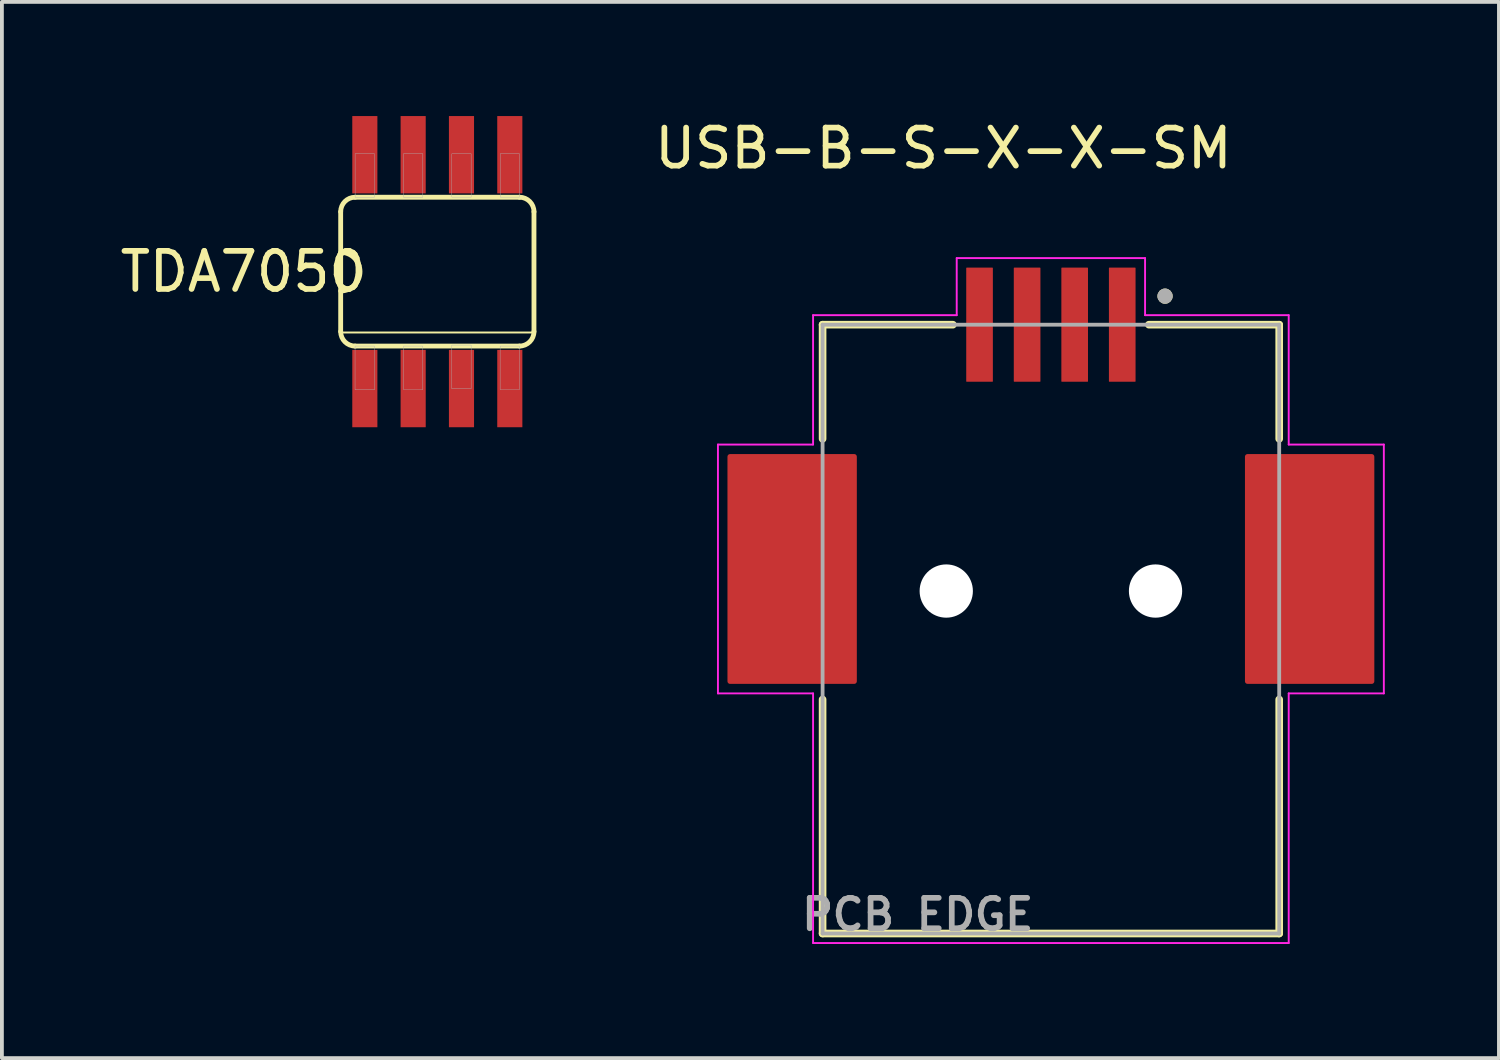
<source format=kicad_pcb>
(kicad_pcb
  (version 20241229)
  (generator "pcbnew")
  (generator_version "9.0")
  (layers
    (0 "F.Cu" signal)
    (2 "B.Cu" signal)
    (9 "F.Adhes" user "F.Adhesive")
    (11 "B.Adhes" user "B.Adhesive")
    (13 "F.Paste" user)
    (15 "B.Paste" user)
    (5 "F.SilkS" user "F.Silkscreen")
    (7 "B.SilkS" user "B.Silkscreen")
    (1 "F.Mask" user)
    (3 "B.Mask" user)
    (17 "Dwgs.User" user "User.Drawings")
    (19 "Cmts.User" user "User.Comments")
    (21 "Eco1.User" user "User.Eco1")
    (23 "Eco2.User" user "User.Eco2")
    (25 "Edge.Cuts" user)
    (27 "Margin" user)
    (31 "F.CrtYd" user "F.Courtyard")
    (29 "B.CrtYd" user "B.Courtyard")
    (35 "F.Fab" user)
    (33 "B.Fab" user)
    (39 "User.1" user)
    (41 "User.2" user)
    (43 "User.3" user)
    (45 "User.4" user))
  (footprint "USB-B-S-X-X-SM"
    (layer "F.Cu")
    (at 24.568 12.483)
    (property "Reference" "USB-B-S-X-X-SM" (at -2.825 -11.635 0) (layer "F.SilkS") (effects (font (size 1 1) (thickness 0.15))))
    (attr smd)
    (fp_line (start -6 -7) (end -2.575 -7) (stroke (width 0.2) (type solid)) (layer "F.SilkS"))
    (fp_line (start -6 -4) (end -6 -7) (stroke (width 0.2) (type solid)) (layer "F.SilkS"))
    (fp_line (start -6 9) (end -6 2.85) (stroke (width 0.2) (type solid)) (layer "F.SilkS"))
    (fp_line (start 2.575 -7) (end 6 -7) (stroke (width 0.2) (type solid)) (layer "F.SilkS"))
    (fp_line (start 6 -7) (end 6 -4) (stroke (width 0.2) (type solid)) (layer "F.SilkS"))
    (fp_line (start 6 2.85) (end 6 9) (stroke (width 0.2) (type solid)) (layer "F.SilkS"))
    (fp_line (start 6 9) (end -6 9) (stroke (width 0.2) (type solid)) (layer "F.SilkS"))
    (fp_circle (center 3 -7.75) (end 3.1 -7.75) (stroke (width 0.2) (type solid)) (fill no) (layer "F.SilkS"))
    (fp_line (start -8.75 -3.85) (end -6.25 -3.85) (stroke (width 0.05) (type solid)) (layer "F.CrtYd"))
    (fp_line (start -8.75 2.69) (end -8.75 -3.85) (stroke (width 0.05) (type solid)) (layer "F.CrtYd"))
    (fp_line (start -6.25 -7.25) (end -2.475 -7.25) (stroke (width 0.05) (type solid)) (layer "F.CrtYd"))
    (fp_line (start -6.25 -3.85) (end -6.25 -7.25) (stroke (width 0.05) (type solid)) (layer "F.CrtYd"))
    (fp_line (start -6.25 2.69) (end -8.75 2.69) (stroke (width 0.05) (type solid)) (layer "F.CrtYd"))
    (fp_line (start -6.25 9.25) (end -6.25 2.69) (stroke (width 0.05) (type solid)) (layer "F.CrtYd"))
    (fp_line (start -2.475 -8.75) (end 2.475 -8.75) (stroke (width 0.05) (type solid)) (layer "F.CrtYd"))
    (fp_line (start -2.475 -7.25) (end -2.475 -8.75) (stroke (width 0.05) (type solid)) (layer "F.CrtYd"))
    (fp_line (start 2.475 -8.75) (end 2.475 -7.25) (stroke (width 0.05) (type solid)) (layer "F.CrtYd"))
    (fp_line (start 2.475 -7.25) (end 6.25 -7.25) (stroke (width 0.05) (type solid)) (layer "F.CrtYd"))
    (fp_line (start 6.25 -7.25) (end 6.25 -3.85) (stroke (width 0.05) (type solid)) (layer "F.CrtYd"))
    (fp_line (start 6.25 -3.85) (end 8.75 -3.85) (stroke (width 0.05) (type solid)) (layer "F.CrtYd"))
    (fp_line (start 6.25 2.69) (end 6.25 9.25) (stroke (width 0.05) (type solid)) (layer "F.CrtYd"))
    (fp_line (start 6.25 9.25) (end -6.25 9.25) (stroke (width 0.05) (type solid)) (layer "F.CrtYd"))
    (fp_line (start 8.75 -3.85) (end 8.75 2.69) (stroke (width 0.05) (type solid)) (layer "F.CrtYd"))
    (fp_line (start 8.75 2.69) (end 6.25 2.69) (stroke (width 0.05) (type solid)) (layer "F.CrtYd"))
    (fp_line (start -6 -7) (end 6 -7) (stroke (width 0.1) (type solid)) (layer "F.Fab"))
    (fp_line (start -6 9) (end -6 -7) (stroke (width 0.1) (type solid)) (layer "F.Fab"))
    (fp_line (start 6 -7) (end 6 9) (stroke (width 0.1) (type solid)) (layer "F.Fab"))
    (fp_line (start 6 9) (end -6 9) (stroke (width 0.1) (type solid)) (layer "F.Fab"))
    (fp_circle (center 3 -7.75) (end 3.1 -7.75) (stroke (width 0.2) (type solid)) (fill no) (layer "F.Fab"))
    (fp_text user "PCB EDGE" (at -3.5 8.5 0) (layer "F.Fab") (effects (font (size 0.8 0.8) (thickness 0.15))))
    (pad "" np_thru_hole circle (at -2.75 0) (size 1.4 1.4) (drill 1.4) (layers "*.Cu" "*.Mask"))
    (pad "" np_thru_hole circle (at 2.75 0) (size 1.4 1.4) (drill 1.4) (layers "*.Cu" "*.Mask"))
    (pad "1" smd roundrect (at 1.875 -7) (size 0.7 3) (layers "F.Cu" "F.Mask" "F.Paste") (roundrect_rratio 0.02))
    (pad "2" smd roundrect (at -0.625 -7) (size 0.7 3) (layers "F.Cu" "F.Mask" "F.Paste") (roundrect_rratio 0.02))
    (pad "3" smd roundrect (at -1.875 -7) (size 0.7 3) (layers "F.Cu" "F.Mask" "F.Paste") (roundrect_rratio 0.02))
    (pad "4" smd roundrect (at 0.625 -7) (size 0.7 3) (layers "F.Cu" "F.Mask" "F.Paste") (roundrect_rratio 0.02))
    (pad "S1" smd roundrect (at -6.8 -0.58) (size 3.4 6.04) (layers "F.Cu" "F.Mask" "F.Paste") (roundrect_rratio 0.02))
    (pad "S2" smd roundrect (at 6.8 -0.58) (size 3.4 6.04) (layers "F.Cu" "F.Mask" "F.Paste") (roundrect_rratio 0.02)))
  (footprint "TDA7050"
    (layer "F.Cu")
    (at 8.443 4.089)
    (property "Reference" "TDA7050" (at -5.1 0 180) (layer "F.SilkS") (effects (font (size 1.001 1.001) (thickness 0.15))))
    (attr smd)
    (fp_line (start -2.54 -1.575) (end -2.54 1.575) (stroke (width 0.127) (type solid)) (layer "F.SilkS"))
    (fp_line (start -2.54 1.6) (end 2.54 1.6) (stroke (width 0.051) (type solid)) (layer "F.SilkS"))
    (fp_line (start -2.159 1.956) (end 2.159 1.956) (stroke (width 0.127) (type solid)) (layer "F.SilkS"))
    (fp_line (start 2.159 -1.956) (end -2.159 -1.956) (stroke (width 0.127) (type solid)) (layer "F.SilkS"))
    (fp_line (start 2.54 1.575) (end 2.54 -1.575) (stroke (width 0.127) (type solid)) (layer "F.SilkS"))
    (fp_arc (start -2.54 -1.5748) (mid -2.428408 -1.844208) (end -2.159 -1.9558) (stroke (width 0.127) (type solid)) (layer "F.SilkS"))
    (fp_arc (start -2.54 -0.508) (mid -2.032 0) (end -2.54 0.508) (stroke (width 0.127) (type solid)) (layer "F.SilkS"))
    (fp_arc (start -2.159 1.9558) (mid -2.428408 1.844208) (end -2.54 1.5748) (stroke (width 0.127) (type solid)) (layer "F.SilkS"))
    (fp_arc (start 2.159 -1.9558) (mid 2.428408 -1.844208) (end 2.54 -1.5748) (stroke (width 0.127) (type solid)) (layer "F.SilkS"))
    (fp_arc (start 2.54 1.5748) (mid 2.428408 1.844208) (end 2.159 1.9558) (stroke (width 0.127) (type solid)) (layer "F.SilkS"))
    (fp_poly (pts (xy -2.162 1.956) (xy -1.651 1.956) (xy -1.651 3.103) (xy -2.162 3.103)) (stroke (width 0.01) (type solid)) (fill no) (layer "F.Fab"))
    (fp_poly (pts (xy -2.16 -3.099) (xy -1.651 -3.099) (xy -1.651 -1.957) (xy -2.16 -1.957)) (stroke (width 0.01) (type solid)) (fill no) (layer "F.Fab"))
    (fp_poly (pts (xy -0.89 -3.099) (xy -0.381 -3.099) (xy -0.381 -1.957) (xy -0.89 -1.957)) (stroke (width 0.01) (type solid)) (fill no) (layer "F.Fab"))
    (fp_poly (pts (xy -0.889 1.956) (xy -0.381 1.956) (xy -0.381 3.099) (xy -0.889 3.099)) (stroke (width 0.01) (type solid)) (fill no) (layer "F.Fab"))
    (fp_poly (pts (xy 0.381 -3.099) (xy 0.889 -3.099) (xy 0.889 -1.958) (xy 0.381 -1.958)) (stroke (width 0.01) (type solid)) (fill no) (layer "F.Fab"))
    (fp_poly (pts (xy 0.381 1.93) (xy 0.889 1.93) (xy 0.889 3.077) (xy 0.381 3.077)) (stroke (width 0.01) (type solid)) (fill no) (layer "F.Fab"))
    (fp_poly (pts (xy 1.651 1.956) (xy 2.159 1.956) (xy 2.159 3.099) (xy 1.651 3.099)) (stroke (width 0.01) (type solid)) (fill no) (layer "F.Fab"))
    (fp_poly (pts (xy 1.653 -3.099) (xy 2.159 -3.099) (xy 2.159 -1.958) (xy 1.653 -1.958)) (stroke (width 0.01) (type solid)) (fill no) (layer "F.Fab"))
    (pad "1" smd rect (at -1.905 3.073) (size 0.66 2.032) (layers "F.Cu" "F.Mask" "F.Paste"))
    (pad "2" smd rect (at -0.635 3.073) (size 0.66 2.032) (layers "F.Cu" "F.Mask" "F.Paste"))
    (pad "3" smd rect (at 0.635 3.073) (size 0.66 2.032) (layers "F.Cu" "F.Mask" "F.Paste"))
    (pad "4" smd rect (at 1.905 3.073) (size 0.66 2.032) (layers "F.Cu" "F.Mask" "F.Paste"))
    (pad "5" smd rect (at 1.905 -3.073) (size 0.66 2.032) (layers "F.Cu" "F.Mask" "F.Paste"))
    (pad "6" smd rect (at 0.635 -3.073) (size 0.66 2.032) (layers "F.Cu" "F.Mask" "F.Paste"))
    (pad "7" smd rect (at -0.635 -3.073) (size 0.66 2.032) (layers "F.Cu" "F.Mask" "F.Paste"))
    (pad "8" smd rect (at -1.905 -3.073) (size 0.66 2.032) (layers "F.Cu" "F.Mask" "F.Paste")))
  (gr_rect
    (start -3 -3)
    (end 36.343 24.758)
    (stroke (width 0.1) (type default))
    (fill no)
    (layer "Edge.Cuts")))
</source>
